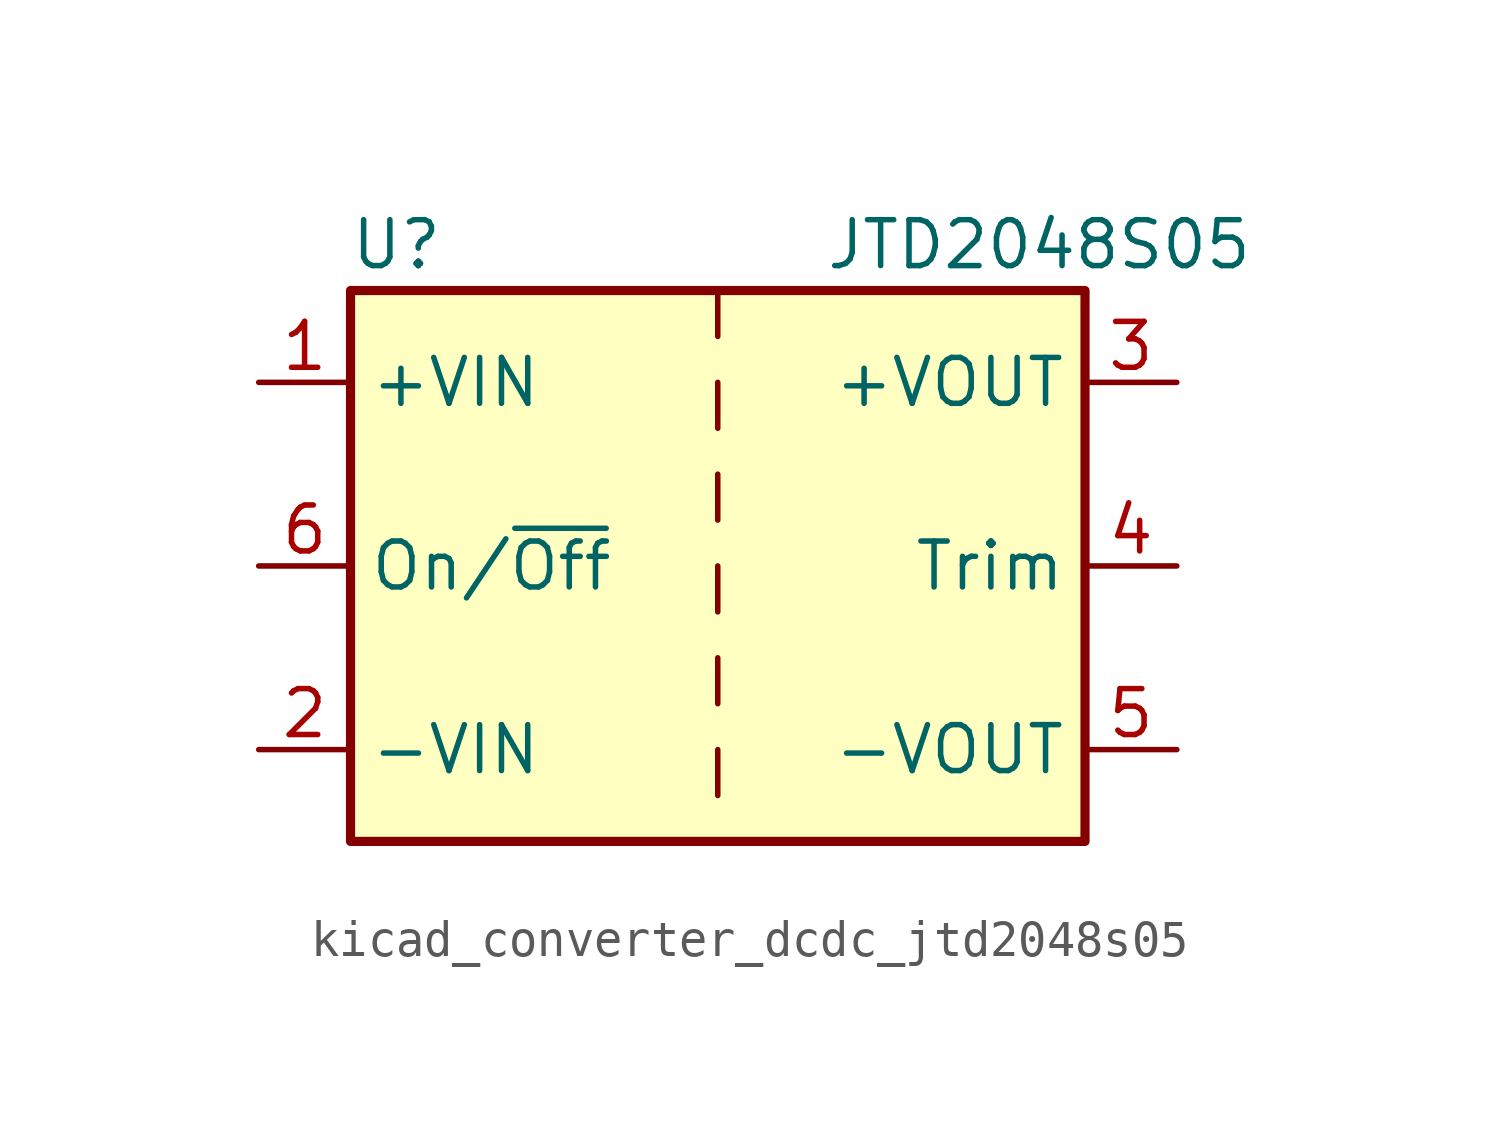
<source format=kicad_sym>
(kicad_symbol_lib
  (version 20220914)
  (generator kicad_symbol_editor)
  (symbol "kicad_converter_dcdc_jtd2048s05"
    (property "Reference" "U"
      (at -8.89 8.89 0)
      (effects (font (size 1.27 1.27))))
    (property "Value" "JTD2048S05"
      (at 8.89 8.89 0)
      (effects (font (size 1.27 1.27))))
    (symbol "kicad_converter_dcdc_jtd2048s05_0_1"
      (rectangle (start -10.16 7.62) (end 10.16 -7.62) (stroke (width 0.254) (type default)) (fill (type background)))
      (polyline (pts (xy 0 -5.08) (xy 0 -6.35)) (stroke (width 0) (type default)) (fill (type none)))
      (polyline (pts (xy 0 -2.54) (xy 0 -3.81)) (stroke (width 0) (type default)) (fill (type none)))
      (polyline (pts (xy 0 0) (xy 0 -1.27)) (stroke (width 0) (type default)) (fill (type none)))
      (polyline (pts (xy 0 2.54) (xy 0 1.27)) (stroke (width 0) (type default)) (fill (type none)))
      (polyline (pts (xy 0 5.08) (xy 0 3.81)) (stroke (width 0) (type default)) (fill (type none)))
      (polyline (pts (xy 0 7.62) (xy 0 6.35)) (stroke (width 0) (type default)) (fill (type none))))
    (symbol "kicad_converter_dcdc_jtd2048s05_1_1"
      (pin power_in line (at -12.7 5.08 0) (length 2.54) (name "+VIN" (effects (font (size 1.27 1.27)))) (number "1" (effects (font (size 1.27 1.27)))))
      (pin power_in line (at -12.7 -5.08 0) (length 2.54) (name "-VIN" (effects (font (size 1.27 1.27)))) (number "2" (effects (font (size 1.27 1.27)))))
      (pin power_out line (at 12.7 5.08 180) (length 2.54) (name "+VOUT" (effects (font (size 1.27 1.27)))) (number "3" (effects (font (size 1.27 1.27)))))
      (pin input line (at 12.7 0 180) (length 2.54) (name "Trim" (effects (font (size 1.27 1.27)))) (number "4" (effects (font (size 1.27 1.27)))))
      (pin power_out line (at 12.7 -5.08 180) (length 2.54) (name "-VOUT" (effects (font (size 1.27 1.27)))) (number "5" (effects (font (size 1.27 1.27)))))
      (pin input line (at -12.7 0 0) (length 2.54) (name "On/~{Off}" (effects (font (size 1.27 1.27)))) (number "6" (effects (font (size 1.27 1.27))))))))
</source>
